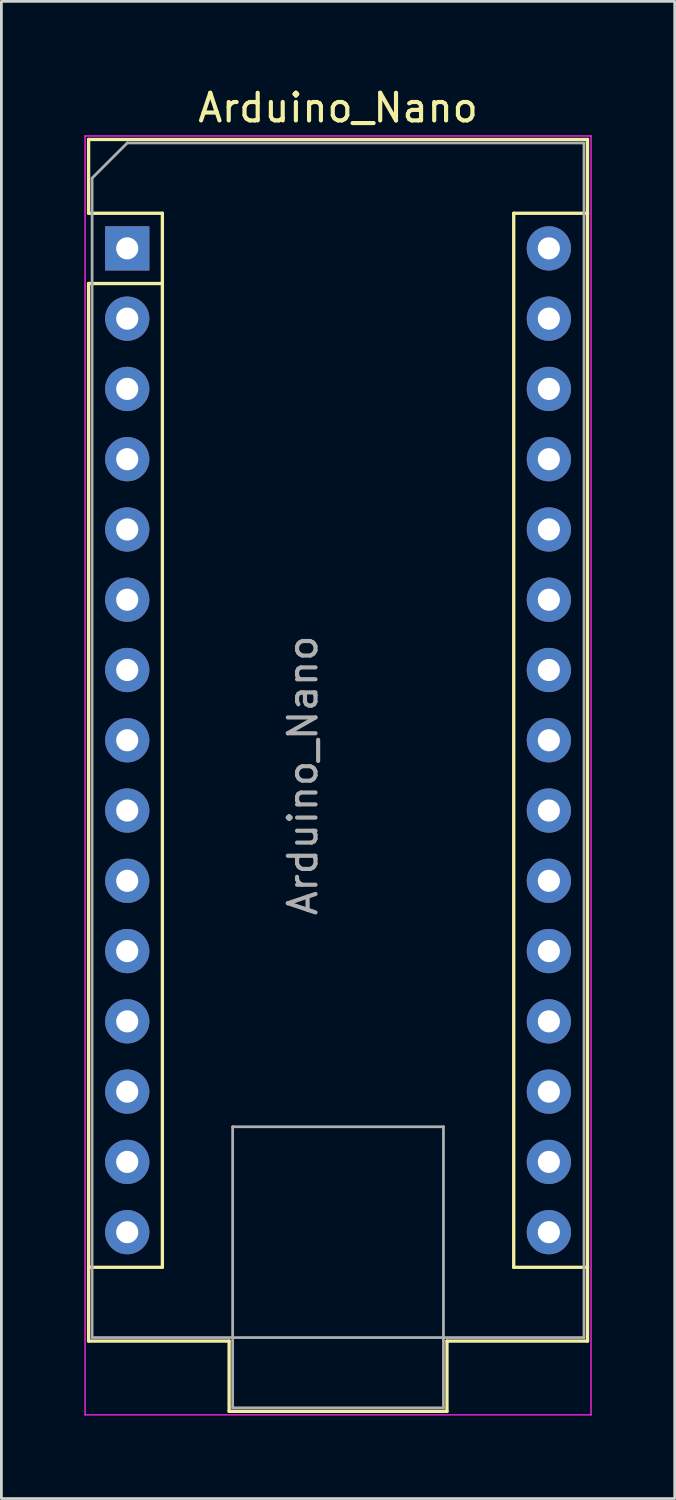
<source format=kicad_pcb>
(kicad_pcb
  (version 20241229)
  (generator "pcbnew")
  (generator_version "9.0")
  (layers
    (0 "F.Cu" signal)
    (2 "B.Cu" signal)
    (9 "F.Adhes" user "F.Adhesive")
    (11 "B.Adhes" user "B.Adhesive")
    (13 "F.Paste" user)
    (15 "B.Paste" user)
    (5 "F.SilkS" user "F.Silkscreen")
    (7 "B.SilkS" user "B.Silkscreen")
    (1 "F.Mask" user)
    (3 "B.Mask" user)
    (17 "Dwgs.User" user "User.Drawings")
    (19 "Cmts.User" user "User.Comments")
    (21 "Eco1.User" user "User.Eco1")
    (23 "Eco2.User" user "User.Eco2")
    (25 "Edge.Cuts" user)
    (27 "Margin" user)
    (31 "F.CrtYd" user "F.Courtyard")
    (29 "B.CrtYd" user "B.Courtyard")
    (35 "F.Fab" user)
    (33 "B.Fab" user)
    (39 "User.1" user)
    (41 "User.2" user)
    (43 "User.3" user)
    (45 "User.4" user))
  (footprint "Arduino_Nano"
    (layer "F.Cu")
    (at 1.549 5.928)
    (property "Reference" "Arduino_Nano" (at 7.62 -5.08 0) (layer "F.SilkS") (effects (font (size 1 1) (thickness 0.15))))
    (attr through_hole)
    (fp_line (start -1.397 -3.937) (end -1.397 -1.27) (stroke (width 0.12) (type solid)) (layer "F.SilkS"))
    (fp_line (start -1.397 1.27) (end -1.397 39.497) (stroke (width 0.12) (type solid)) (layer "F.SilkS"))
    (fp_line (start -1.397 39.497) (end 3.683 39.497) (stroke (width 0.12) (type solid)) (layer "F.SilkS"))
    (fp_line (start 1.27 -1.27) (end -1.397 -1.27) (stroke (width 0.12) (type solid)) (layer "F.SilkS"))
    (fp_line (start 1.27 1.27) (end -1.397 1.27) (stroke (width 0.12) (type solid)) (layer "F.SilkS"))
    (fp_line (start 1.27 1.27) (end 1.27 -1.27) (stroke (width 0.12) (type solid)) (layer "F.SilkS"))
    (fp_line (start 1.27 1.27) (end 1.27 36.83) (stroke (width 0.12) (type solid)) (layer "F.SilkS"))
    (fp_line (start 1.27 36.83) (end -1.4 36.83) (stroke (width 0.12) (type solid)) (layer "F.SilkS"))
    (fp_line (start 3.683 42.037) (end 3.683 39.497) (stroke (width 0.12) (type solid)) (layer "F.SilkS"))
    (fp_line (start 3.683 42.037) (end 11.557 42.037) (stroke (width 0.12) (type solid)) (layer "F.SilkS"))
    (fp_line (start 11.557 39.497) (end 16.637 39.497) (stroke (width 0.12) (type solid)) (layer "F.SilkS"))
    (fp_line (start 11.557 42.037) (end 11.557 39.497) (stroke (width 0.12) (type solid)) (layer "F.SilkS"))
    (fp_line (start 13.97 -1.27) (end 13.97 36.83) (stroke (width 0.12) (type solid)) (layer "F.SilkS"))
    (fp_line (start 13.97 -1.27) (end 16.64 -1.27) (stroke (width 0.12) (type solid)) (layer "F.SilkS"))
    (fp_line (start 13.97 36.83) (end 16.64 36.83) (stroke (width 0.12) (type solid)) (layer "F.SilkS"))
    (fp_line (start 16.637 -3.937) (end -1.397 -3.937) (stroke (width 0.12) (type solid)) (layer "F.SilkS"))
    (fp_line (start 16.637 39.497) (end 16.637 -3.937) (stroke (width 0.12) (type solid)) (layer "F.SilkS"))
    (fp_line (start -1.524 -4.064) (end -1.524 42.164) (stroke (width 0.05) (type solid)) (layer "F.CrtYd"))
    (fp_line (start -1.524 -4.064) (end 16.764 -4.064) (stroke (width 0.05) (type solid)) (layer "F.CrtYd"))
    (fp_line (start 16.764 42.164) (end -1.524 42.164) (stroke (width 0.05) (type solid)) (layer "F.CrtYd"))
    (fp_line (start 16.764 42.164) (end 16.764 -4.064) (stroke (width 0.05) (type solid)) (layer "F.CrtYd"))
    (fp_line (start -1.27 -2.54) (end 0 -3.81) (stroke (width 0.1) (type solid)) (layer "F.Fab"))
    (fp_line (start -1.27 39.37) (end -1.27 -2.54) (stroke (width 0.1) (type solid)) (layer "F.Fab"))
    (fp_line (start 0 -3.81) (end 16.51 -3.81) (stroke (width 0.1) (type solid)) (layer "F.Fab"))
    (fp_line (start 3.81 31.75) (end 11.43 31.75) (stroke (width 0.1) (type solid)) (layer "F.Fab"))
    (fp_line (start 3.81 41.91) (end 3.81 31.75) (stroke (width 0.1) (type solid)) (layer "F.Fab"))
    (fp_line (start 11.43 31.75) (end 11.43 41.91) (stroke (width 0.1) (type solid)) (layer "F.Fab"))
    (fp_line (start 11.43 41.91) (end 3.81 41.91) (stroke (width 0.1) (type solid)) (layer "F.Fab"))
    (fp_line (start 16.51 -3.81) (end 16.51 39.37) (stroke (width 0.1) (type solid)) (layer "F.Fab"))
    (fp_line (start 16.51 39.37) (end -1.27 39.37) (stroke (width 0.1) (type solid)) (layer "F.Fab"))
    (fp_text user "${REFERENCE}" (at 6.35 19.05 90) (layer "F.Fab") (effects (font (size 1 1) (thickness 0.15))))
    (pad "1" thru_hole rect (at 0 0) (size 1.6 1.6) (drill 0.8) (layers "*.Cu" "*.Mask"))
    (pad "2" thru_hole oval (at 0 2.54) (size 1.6 1.6) (drill 0.8) (layers "*.Cu" "*.Mask"))
    (pad "3" thru_hole oval (at 0 5.08) (size 1.6 1.6) (drill 0.8) (layers "*.Cu" "*.Mask"))
    (pad "4" thru_hole oval (at 0 7.62) (size 1.6 1.6) (drill 0.8) (layers "*.Cu" "*.Mask"))
    (pad "5" thru_hole oval (at 0 10.16) (size 1.6 1.6) (drill 0.8) (layers "*.Cu" "*.Mask"))
    (pad "6" thru_hole oval (at 0 12.7) (size 1.6 1.6) (drill 0.8) (layers "*.Cu" "*.Mask"))
    (pad "7" thru_hole oval (at 0 15.24) (size 1.6 1.6) (drill 0.8) (layers "*.Cu" "*.Mask"))
    (pad "8" thru_hole oval (at 0 17.78) (size 1.6 1.6) (drill 0.8) (layers "*.Cu" "*.Mask"))
    (pad "9" thru_hole oval (at 0 20.32) (size 1.6 1.6) (drill 0.8) (layers "*.Cu" "*.Mask"))
    (pad "10" thru_hole oval (at 0 22.86) (size 1.6 1.6) (drill 0.8) (layers "*.Cu" "*.Mask"))
    (pad "11" thru_hole oval (at 0 25.4) (size 1.6 1.6) (drill 0.8) (layers "*.Cu" "*.Mask"))
    (pad "12" thru_hole oval (at 0 27.94) (size 1.6 1.6) (drill 0.8) (layers "*.Cu" "*.Mask"))
    (pad "13" thru_hole oval (at 0 30.48) (size 1.6 1.6) (drill 0.8) (layers "*.Cu" "*.Mask"))
    (pad "14" thru_hole oval (at 0 33.02) (size 1.6 1.6) (drill 0.8) (layers "*.Cu" "*.Mask"))
    (pad "15" thru_hole oval (at 0 35.56) (size 1.6 1.6) (drill 0.8) (layers "*.Cu" "*.Mask"))
    (pad "16" thru_hole oval (at 15.24 35.56) (size 1.6 1.6) (drill 0.8) (layers "*.Cu" "*.Mask"))
    (pad "17" thru_hole oval (at 15.24 33.02) (size 1.6 1.6) (drill 0.8) (layers "*.Cu" "*.Mask"))
    (pad "18" thru_hole oval (at 15.24 30.48) (size 1.6 1.6) (drill 0.8) (layers "*.Cu" "*.Mask"))
    (pad "19" thru_hole oval (at 15.24 27.94) (size 1.6 1.6) (drill 0.8) (layers "*.Cu" "*.Mask"))
    (pad "20" thru_hole oval (at 15.24 25.4) (size 1.6 1.6) (drill 0.8) (layers "*.Cu" "*.Mask"))
    (pad "21" thru_hole oval (at 15.24 22.86) (size 1.6 1.6) (drill 0.8) (layers "*.Cu" "*.Mask"))
    (pad "22" thru_hole oval (at 15.24 20.32) (size 1.6 1.6) (drill 0.8) (layers "*.Cu" "*.Mask"))
    (pad "23" thru_hole oval (at 15.24 17.78) (size 1.6 1.6) (drill 0.8) (layers "*.Cu" "*.Mask"))
    (pad "24" thru_hole oval (at 15.24 15.24) (size 1.6 1.6) (drill 0.8) (layers "*.Cu" "*.Mask"))
    (pad "25" thru_hole oval (at 15.24 12.7) (size 1.6 1.6) (drill 0.8) (layers "*.Cu" "*.Mask"))
    (pad "26" thru_hole oval (at 15.24 10.16) (size 1.6 1.6) (drill 0.8) (layers "*.Cu" "*.Mask"))
    (pad "27" thru_hole oval (at 15.24 7.62) (size 1.6 1.6) (drill 0.8) (layers "*.Cu" "*.Mask"))
    (pad "28" thru_hole oval (at 15.24 5.08) (size 1.6 1.6) (drill 0.8) (layers "*.Cu" "*.Mask"))
    (pad "29" thru_hole oval (at 15.24 2.54) (size 1.6 1.6) (drill 0.8) (layers "*.Cu" "*.Mask"))
    (pad "30" thru_hole oval (at 15.24 0) (size 1.6 1.6) (drill 0.8) (layers "*.Cu" "*.Mask")))
  (gr_rect
    (start -3 -3)
    (end 21.338 51.117)
    (stroke (width 0.1) (type default))
    (fill no)
    (layer "Edge.Cuts")))
</source>
